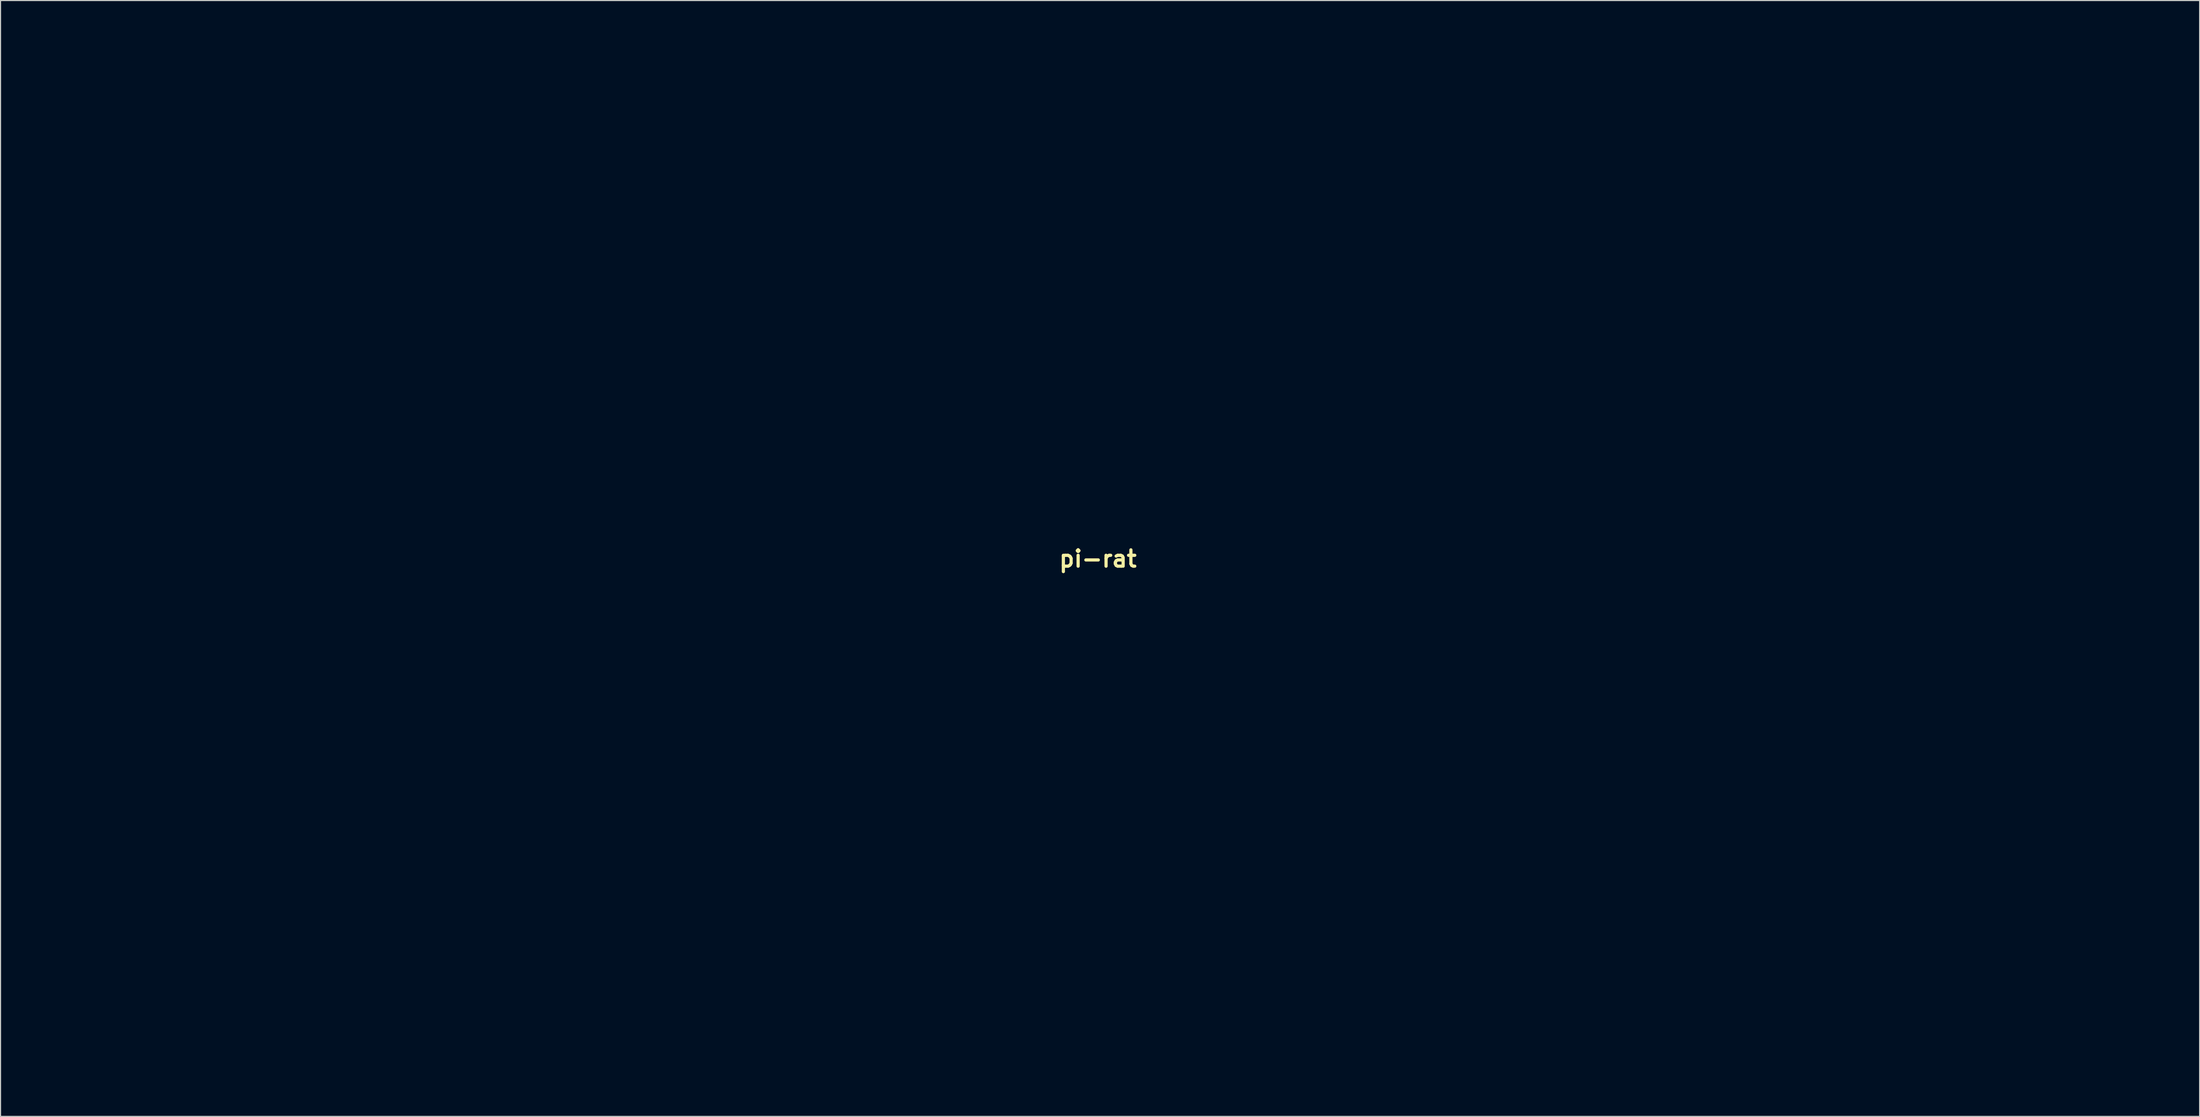
<source format=kicad_pcb>
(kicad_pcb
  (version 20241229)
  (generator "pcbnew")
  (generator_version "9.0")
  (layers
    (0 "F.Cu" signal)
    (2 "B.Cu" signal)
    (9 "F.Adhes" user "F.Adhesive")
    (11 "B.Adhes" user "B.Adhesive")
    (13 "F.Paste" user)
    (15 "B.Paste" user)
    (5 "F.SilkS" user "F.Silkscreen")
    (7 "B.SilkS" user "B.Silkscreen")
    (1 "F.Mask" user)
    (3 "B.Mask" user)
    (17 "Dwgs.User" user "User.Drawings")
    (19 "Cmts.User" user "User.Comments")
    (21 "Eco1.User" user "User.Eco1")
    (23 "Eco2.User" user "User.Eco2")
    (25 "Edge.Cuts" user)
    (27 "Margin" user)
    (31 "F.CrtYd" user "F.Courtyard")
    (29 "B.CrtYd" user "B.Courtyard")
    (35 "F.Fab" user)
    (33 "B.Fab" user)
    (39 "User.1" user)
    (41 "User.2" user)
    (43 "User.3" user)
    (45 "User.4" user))
  (footprint "pi-rat"
    (layer "F.Cu")
    (at 99.599 49.201)
    (property "Reference" "pi-rat" (at 0 0 0) (layer "F.SilkS") (effects (font (size 1.524 1.524) (thickness 0.3))))
    (attr through_hole)
    (fp_poly (pts (xy 14.349 -42.957) (xy 14.312 -42.798) (xy 14.171 -42.779) (xy 13.95 -42.877) (xy 13.992 -42.957) (xy 14.31 -42.989) (xy 14.349 -42.957)) (stroke (width 0.01) (type solid)) (fill no) (layer "Eco2.User"))
    (fp_poly (pts (xy -68.831 -16.411) (xy -67.957 -15.878) (xy -67.339 -15.069) (xy -67.109 -14.081) (xy -67.178 -13.547) (xy -67.426 -12.961) (xy -67.912 -12.217) (xy -68.697 -11.206) (xy -68.838 -11.033) (xy -70.003 -9.7) (xy -70.978 -8.82) (xy -71.823 -8.371) (xy -72.596 -8.334) (xy -73.356 -8.688) (xy -73.988 -9.231) (xy -74.56 -9.866) (xy -74.802 -10.373) (xy -74.802 -10.959) (xy -74.78 -11.105) (xy -74.541 -11.707) (xy -74.027 -12.569) (xy -73.334 -13.565) (xy -72.557 -14.57) (xy -71.791 -15.459) (xy -71.132 -16.104) (xy -70.82 -16.327) (xy -69.829 -16.587) (xy -68.831 -16.411)) (stroke (width 0.01) (type solid)) (fill no) (layer "Eco2.User"))
    (fp_poly (pts (xy -48.835 -16.421) (xy -48.453 -16.129) (xy -47.856 -15.515) (xy -47.137 -14.693) (xy -46.39 -13.776) (xy -45.707 -12.881) (xy -45.183 -12.12) (xy -44.921 -11.639) (xy -44.792 -10.649) (xy -45.092 -9.735) (xy -45.716 -8.989) (xy -46.56 -8.503) (xy -47.518 -8.369) (xy -48.372 -8.616) (xy -48.816 -8.966) (xy -49.48 -9.628) (xy -50.256 -10.491) (xy -50.712 -11.036) (xy -51.518 -12.058) (xy -52.025 -12.803) (xy -52.297 -13.388) (xy -52.398 -13.928) (xy -52.404 -14.141) (xy -52.17 -15.199) (xy -51.544 -16.009) (xy -50.638 -16.499) (xy -49.564 -16.599) (xy -48.835 -16.421)) (stroke (width 0.01) (type solid)) (fill no) (layer "Eco2.User"))
    (fp_poly (pts (xy -58.46 -16.734) (xy -58.101 -16.467) (xy -57.777 -16.166) (xy -57.56 -15.851) (xy -57.423 -15.411) (xy -57.342 -14.734) (xy -57.291 -13.71) (xy -57.261 -12.753) (xy -57.227 -11.431) (xy -57.229 -10.528) (xy -57.287 -9.928) (xy -57.421 -9.515) (xy -57.651 -9.174) (xy -57.93 -8.862) (xy -58.864 -8.11) (xy -59.822 -7.882) (xy -60.85 -8.167) (xy -60.858 -8.171) (xy -61.445 -8.552) (xy -61.854 -9.069) (xy -62.111 -9.817) (xy -62.249 -10.89) (xy -62.296 -12.381) (xy -62.297 -12.733) (xy -62.291 -13.994) (xy -62.255 -14.843) (xy -62.162 -15.402) (xy -61.986 -15.794) (xy -61.7 -16.142) (xy -61.515 -16.33) (xy -60.548 -16.973) (xy -59.498 -17.109) (xy -58.46 -16.734)) (stroke (width 0.01) (type solid)) (fill no) (layer "Eco2.User"))
    (fp_poly (pts (xy 0.348 -15.947) (xy 1.089 -15.353) (xy 1.308 -15.104) (xy 1.472 -14.836) (xy 1.592 -14.47) (xy 1.675 -13.93) (xy 1.731 -13.138) (xy 1.77 -12.019) (xy 1.8 -10.493) (xy 1.82 -9.203) (xy 1.902 -3.743) (xy 7.381 -3.743) (xy 9.458 -3.734) (xy 11.069 -3.695) (xy 12.286 -3.613) (xy 13.179 -3.471) (xy 13.817 -3.256) (xy 14.27 -2.951) (xy 14.608 -2.543) (xy 14.834 -2.148) (xy 15.197 -0.955) (xy 15.131 0.25) (xy 14.674 1.329) (xy 13.865 2.14) (xy 13.645 2.268) (xy 13.261 2.412) (xy 12.696 2.52) (xy 11.878 2.595) (xy 10.736 2.642) (xy 9.197 2.667) (xy 7.366 2.674) (xy 1.872 2.674) (xy 1.872 8.448) (xy 1.866 10.416) (xy 1.846 11.923) (xy 1.806 13.04) (xy 1.743 13.842) (xy 1.65 14.401) (xy 1.523 14.79) (xy 1.434 14.962) (xy 0.618 15.875) (xy -0.45 16.419) (xy -1.627 16.554) (xy -2.768 16.244) (xy -2.975 16.127) (xy -3.461 15.795) (xy -3.836 15.433) (xy -4.113 14.968) (xy -4.307 14.329) (xy -4.432 13.445) (xy -4.504 12.246) (xy -4.537 10.659) (xy -4.545 8.615) (xy -4.545 8.448) (xy -4.545 2.674) (xy -9.906 2.674) (xy -11.963 2.664) (xy -13.557 2.623) (xy -14.757 2.537) (xy -15.636 2.39) (xy -16.262 2.167) (xy -16.708 1.851) (xy -17.043 1.429) (xy -17.241 1.078) (xy -17.603 -0.114) (xy -17.537 -1.32) (xy -17.081 -2.398) (xy -16.271 -3.209) (xy -16.051 -3.338) (xy -15.661 -3.484) (xy -15.088 -3.592) (xy -14.257 -3.667) (xy -13.098 -3.714) (xy -11.536 -3.738) (xy -9.906 -3.743) (xy -4.545 -3.743) (xy -4.545 -8.917) (xy -4.542 -10.712) (xy -4.528 -12.055) (xy -4.494 -13.03) (xy -4.431 -13.72) (xy -4.333 -14.208) (xy -4.189 -14.578) (xy -3.992 -14.913) (xy -3.934 -15) (xy -3.057 -15.872) (xy -1.965 -16.327) (xy -0.787 -16.355) (xy 0.348 -15.947)) (stroke (width 0.01) (type solid)) (fill no) (layer "Eco2.User"))
    (fp_poly (pts (xy -59.623 -23.118) (xy -57.484 -23.11) (xy -55.784 -23.089) (xy -54.427 -23.048) (xy -53.319 -22.98) (xy -52.364 -22.881) (xy -51.467 -22.742) (xy -50.532 -22.559) (xy -50.265 -22.502) (xy -45.681 -21.292) (xy -41.476 -19.725) (xy -37.619 -17.784) (xy -34.078 -15.454) (xy -30.923 -12.812) (xy -30.006 -11.976) (xy -29.216 -11.295) (xy -28.641 -10.844) (xy -28.377 -10.695) (xy -27.54 -10.527) (xy -26.458 -10.077) (xy -25.282 -9.424) (xy -24.159 -8.647) (xy -23.56 -8.141) (xy -22.059 -6.419) (xy -21.023 -4.512) (xy -20.445 -2.488) (xy -20.319 -0.416) (xy -20.639 1.634) (xy -21.399 3.594) (xy -22.593 5.393) (xy -24.214 6.963) (xy -24.912 7.466) (xy -26.694 8.649) (xy -27.535 12.006) (xy -27.932 13.45) (xy -28.382 14.865) (xy -28.828 16.083) (xy -29.197 16.904) (xy -30.543 18.881) (xy -32.311 20.597) (xy -34.417 21.977) (xy -34.724 22.133) (xy -36.735 23.127) (xy -59.475 23.178) (xy -63.502 23.186) (xy -67.029 23.192) (xy -70.093 23.194) (xy -72.728 23.193) (xy -74.97 23.187) (xy -76.854 23.176) (xy -78.417 23.159) (xy -79.694 23.136) (xy -80.719 23.106) (xy -81.528 23.068) (xy -82.158 23.021) (xy -82.643 22.965) (xy -83.018 22.9) (xy -83.32 22.825) (xy -83.575 22.741) (xy -85.61 21.782) (xy -87.487 20.459) (xy -89.089 18.872) (xy -90.298 17.125) (xy -90.475 16.782) (xy -90.81 15.965) (xy -91.216 14.786) (xy -91.641 13.404) (xy -92.027 12.003) (xy -92.748 9.207) (xy -87.426 9.207) (xy -87.335 9.783) (xy -87.102 10.707) (xy -86.776 11.824) (xy -86.404 12.982) (xy -86.035 14.028) (xy -85.717 14.809) (xy -85.584 15.064) (xy -84.964 15.81) (xy -84.047 16.629) (xy -83.019 17.37) (xy -82.069 17.884) (xy -82.038 17.897) (xy -81.64 17.95) (xy -80.757 17.997) (xy -79.438 18.039) (xy -77.733 18.075) (xy -75.692 18.105) (xy -73.364 18.13) (xy -70.799 18.15) (xy -68.047 18.165) (xy -65.156 18.174) (xy -62.176 18.177) (xy -59.158 18.176) (xy -56.151 18.169) (xy -53.203 18.158) (xy -50.366 18.141) (xy -47.688 18.119) (xy -45.219 18.092) (xy -43.009 18.06) (xy -41.106 18.023) (xy -39.562 17.981) (xy -38.425 17.935) (xy -37.745 17.883) (xy -37.596 17.857) (xy -36.553 17.344) (xy -35.355 16.388) (xy -35.005 16.053) (xy -34.226 15.238) (xy -33.714 14.55) (xy -33.354 13.788) (xy -33.032 12.751) (xy -32.946 12.433) (xy -32.568 11.003) (xy -32.314 10.012) (xy -32.177 9.378) (xy -32.147 9.021) (xy -32.215 8.863) (xy -32.37 8.822) (xy -32.523 8.821) (xy -33.217 8.669) (xy -34.17 8.276) (xy -35.216 7.726) (xy -36.191 7.102) (xy -36.714 6.692) (xy -37.699 5.827) (xy -38.689 6.696) (xy -39.514 7.312) (xy -40.546 7.943) (xy -41.163 8.261) (xy -41.963 8.602) (xy -42.703 8.809) (xy -43.56 8.911) (xy -44.714 8.939) (xy -45.185 8.938) (xy -46.903 8.855) (xy -48.289 8.594) (xy -49.534 8.091) (xy -50.828 7.28) (xy -51.433 6.833) (xy -52.734 5.838) (xy -53.572 6.648) (xy -54.278 7.203) (xy -55.24 7.805) (xy -56.014 8.207) (xy -56.903 8.587) (xy -57.7 8.813) (xy -58.604 8.924) (xy -59.813 8.956) (xy -60.024 8.957) (xy -61.294 8.933) (xy -62.229 8.835) (xy -63.029 8.628) (xy -63.893 8.273) (xy -64.035 8.207) (xy -65.032 7.675) (xy -65.958 7.07) (xy -66.477 6.648) (xy -67.314 5.838) (xy -68.616 6.833) (xy -69.987 7.791) (xy -71.23 8.416) (xy -72.533 8.771) (xy -74.089 8.921) (xy -74.863 8.938) (xy -76.152 8.927) (xy -77.087 8.852) (xy -77.845 8.683) (xy -78.606 8.389) (xy -78.886 8.261) (xy -79.901 7.714) (xy -80.886 7.069) (xy -81.355 6.7) (xy -82.342 5.834) (xy -83.45 6.783) (xy -84.377 7.454) (xy -85.475 8.086) (xy -85.994 8.327) (xy -86.766 8.692) (xy -87.286 9.025) (xy -87.426 9.207) (xy -92.748 9.207) (xy -92.896 8.632) (xy -94.221 8.024) (xy -95.715 7.098) (xy -97.126 5.784) (xy -98.315 4.221) (xy -98.81 3.336) (xy -99.189 2.503) (xy -99.422 1.775) (xy -99.544 0.97) (xy -99.589 -0.093) (xy -99.594 -0.802) (xy -99.587 -1.268) (xy -94.61 -1.268) (xy -94.5 0.146) (xy -93.986 1.48) (xy -93.092 2.628) (xy -91.93 3.437) (xy -90.48 3.93) (xy -89.075 3.918) (xy -88.022 3.595) (xy -86.711 2.862) (xy -85.786 1.878) (xy -85.187 0.56) (xy -84.894 -0.858) (xy -84.654 -1.849) (xy -84.174 -2.561) (xy -83.919 -2.796) (xy -82.923 -3.364) (xy -81.948 -3.436) (xy -81.06 -3.051) (xy -80.327 -2.246) (xy -79.814 -1.058) (xy -79.672 -0.402) (xy -79.323 1.011) (xy -78.737 2.073) (xy -77.816 2.946) (xy -77.549 3.135) (xy -76.145 3.797) (xy -74.682 3.975) (xy -73.263 3.696) (xy -71.987 2.985) (xy -70.958 1.87) (xy -70.652 1.345) (xy -70.291 0.477) (xy -70.076 -0.334) (xy -70.051 -0.605) (xy -69.826 -1.757) (xy -69.217 -2.665) (xy -68.326 -3.242) (xy -67.253 -3.403) (xy -66.863 -3.347) (xy -66.042 -2.957) (xy -65.367 -2.278) (xy -64.997 -1.487) (xy -64.969 -1.234) (xy -64.742 0.161) (xy -64.13 1.5) (xy -63.228 2.649) (xy -62.129 3.477) (xy -61.41 3.766) (xy -59.883 3.932) (xy -58.372 3.66) (xy -57.279 3.129) (xy -56.528 2.402) (xy -55.837 1.361) (xy -55.317 0.215) (xy -55.082 -0.828) (xy -55.078 -0.952) (xy -54.843 -1.994) (xy -54.218 -2.797) (xy -53.323 -3.284) (xy -52.277 -3.38) (xy -51.572 -3.196) (xy -50.743 -2.585) (xy -50.184 -1.636) (xy -49.998 -0.605) (xy -49.877 0.091) (xy -49.57 0.968) (xy -49.396 1.345) (xy -48.487 2.607) (xy -47.293 3.475) (xy -45.917 3.922) (xy -44.458 3.92) (xy -43.02 3.446) (xy -42.499 3.135) (xy -41.488 2.282) (xy -40.834 1.278) (xy -40.44 -0.041) (xy -40.377 -0.402) (xy -39.986 -1.752) (xy -39.344 -2.735) (xy -38.518 -3.316) (xy -37.575 -3.456) (xy -36.58 -3.117) (xy -36.13 -2.796) (xy -35.534 -2.126) (xy -35.221 -1.264) (xy -35.154 -0.858) (xy -34.892 0.522) (xy -34.484 1.538) (xy -33.854 2.356) (xy -33.545 2.647) (xy -32.212 3.507) (xy -30.776 3.906) (xy -29.334 3.861) (xy -27.985 3.391) (xy -26.826 2.512) (xy -25.967 1.27) (xy -25.464 -0.294) (xy -25.478 -1.799) (xy -26.002 -3.195) (xy -26.687 -4.101) (xy -27.679 -4.956) (xy -28.8 -5.484) (xy -30.03 -5.755) (xy -30.597 -5.868) (xy -31.102 -6.064) (xy -31.64 -6.41) (xy -32.307 -6.973) (xy -33.2 -7.821) (xy -33.776 -8.388) (xy -34.925 -9.473) (xy -36.164 -10.557) (xy -37.334 -11.505) (xy -38.17 -12.113) (xy -41.726 -14.171) (xy -45.607 -15.833) (xy -49.753 -17.08) (xy -54.106 -17.89) (xy -54.379 -17.925) (xy -56.157 -18.077) (xy -58.271 -18.143) (xy -60.575 -18.131) (xy -62.921 -18.044) (xy -65.161 -17.889) (xy -67.148 -17.67) (xy -68.58 -17.426) (xy -72.963 -16.247) (xy -77.013 -14.662) (xy -80.722 -12.676) (xy -84.08 -10.292) (xy -86.415 -8.195) (xy -87.41 -7.224) (xy -88.141 -6.569) (xy -88.715 -6.159) (xy -89.236 -5.923) (xy -89.808 -5.788) (xy -89.983 -5.76) (xy -91.37 -5.444) (xy -92.441 -4.905) (xy -93.402 -4.034) (xy -93.526 -3.896) (xy -94.294 -2.651) (xy -94.61 -1.268) (xy -99.587 -1.268) (xy -99.574 -2.086) (xy -99.492 -3.024) (xy -99.312 -3.806) (xy -99 -4.621) (xy -98.819 -5.022) (xy -97.846 -6.63) (xy -96.525 -8.111) (xy -94.998 -9.33) (xy -93.444 -10.137) (xy -92.599 -10.437) (xy -91.945 -10.64) (xy -91.678 -10.695) (xy -91.373 -10.864) (xy -90.777 -11.32) (xy -89.989 -11.984) (xy -89.456 -12.457) (xy -85.838 -15.392) (xy -81.965 -17.867) (xy -77.819 -19.891) (xy -73.383 -21.474) (xy -69.202 -22.514) (xy -68.168 -22.712) (xy -67.214 -22.863) (xy -66.244 -22.972) (xy -65.157 -23.046) (xy -63.857 -23.091) (xy -62.244 -23.114) (xy -60.219 -23.119) (xy -59.623 -23.118)) (stroke (width 0.01) (type solid)) (fill no) (layer "Eco2.User"))
    (fp_poly (pts (xy 19.601 -49.002) (xy 19.635 -48.955) (xy 19.947 -48.855) (xy 20.68 -48.77) (xy 21.72 -48.708) (xy 22.793 -48.681) (xy 27.36 -48.518) (xy 31.715 -48.111) (xy 36.136 -47.434) (xy 36.963 -47.281) (xy 38.341 -47.035) (xy 39.366 -46.904) (xy 40.206 -46.879) (xy 41.028 -46.951) (xy 41.622 -47.045) (xy 42.602 -47.199) (xy 43.229 -47.226) (xy 43.67 -47.114) (xy 44.094 -46.848) (xy 44.109 -46.837) (xy 44.604 -46.54) (xy 45.138 -46.437) (xy 45.915 -46.502) (xy 46.268 -46.557) (xy 47.424 -46.681) (xy 48.616 -46.65) (xy 50.043 -46.455) (xy 50.606 -46.351) (xy 51.313 -46.081) (xy 52.061 -45.606) (xy 52.143 -45.54) (xy 52.782 -44.69) (xy 52.937 -43.649) (xy 52.606 -42.455) (xy 52.278 -41.843) (xy 51.832 -41.098) (xy 51.663 -40.67) (xy 51.766 -40.421) (xy 52.139 -40.214) (xy 52.232 -40.171) (xy 52.794 -39.655) (xy 53.021 -39.093) (xy 53.29 -38.443) (xy 53.858 -37.507) (xy 54.65 -36.385) (xy 55.592 -35.174) (xy 56.611 -33.973) (xy 57.631 -32.881) (xy 57.931 -32.585) (xy 58.858 -31.746) (xy 59.67 -31.188) (xy 60.589 -30.779) (xy 61.495 -30.488) (xy 63.933 -29.606) (xy 66.01 -28.478) (xy 67.875 -27.017) (xy 68.492 -26.424) (xy 69.353 -25.581) (xy 70.047 -25.007) (xy 70.734 -24.614) (xy 71.579 -24.315) (xy 72.743 -24.022) (xy 73.121 -23.935) (xy 73.629 -23.786) (xy 73.667 -23.635) (xy 73.467 -23.5) (xy 73.156 -23.128) (xy 73.157 -22.873) (xy 73.406 -22.589) (xy 74.005 -22.04) (xy 74.88 -21.288) (xy 75.961 -20.395) (xy 76.874 -19.662) (xy 79.253 -17.675) (xy 81.254 -15.774) (xy 82.99 -13.838) (xy 84.576 -11.747) (xy 84.997 -11.134) (xy 87.026 -7.695) (xy 88.684 -3.977) (xy 89.912 -0.126) (xy 90.408 2.139) (xy 90.585 3.53) (xy 90.702 5.332) (xy 90.759 7.423) (xy 90.758 9.682) (xy 90.699 11.988) (xy 90.584 14.219) (xy 90.415 16.256) (xy 90.27 17.457) (xy 90.055 19.158) (xy 89.963 20.348) (xy 89.992 21.037) (xy 90.056 21.2) (xy 90.272 21.659) (xy 90.475 22.393) (xy 90.514 22.593) (xy 90.858 23.698) (xy 91.483 24.423) (xy 92.502 24.894) (xy 92.553 24.91) (xy 93.199 25.158) (xy 93.555 25.401) (xy 93.579 25.46) (xy 93.37 25.586) (xy 93.044 25.534) (xy 92.611 25.463) (xy 92.592 25.665) (xy 92.995 26.15) (xy 93.828 26.93) (xy 94.065 27.138) (xy 96.16 29.163) (xy 97.815 31.19) (xy 99.016 33.191) (xy 99.749 35.135) (xy 100 36.993) (xy 99.756 38.736) (xy 99.615 39.154) (xy 99.02 40.204) (xy 98.075 41.313) (xy 96.927 42.34) (xy 95.72 43.142) (xy 95.317 43.341) (xy 93.104 44.118) (xy 90.509 44.685) (xy 87.647 45.031) (xy 84.632 45.141) (xy 81.58 45.004) (xy 80.879 44.935) (xy 79.826 44.815) (xy 78.807 44.681) (xy 77.746 44.521) (xy 76.567 44.32) (xy 75.193 44.064) (xy 73.55 43.74) (xy 71.559 43.334) (xy 69.145 42.832) (xy 68.313 42.657) (xy 63.018 41.746) (xy 57.982 41.29) (xy 53.185 41.291) (xy 48.606 41.749) (xy 44.223 42.665) (xy 42.378 43.205) (xy 40.064 44.057) (xy 37.58 45.169) (xy 35.145 46.434) (xy 32.977 47.746) (xy 32.686 47.942) (xy 31.731 48.562) (xy 30.997 48.974) (xy 30.563 49.138) (xy 30.48 49.094) (xy 30.679 48.544) (xy 31.219 47.77) (xy 32.014 46.868) (xy 32.977 45.936) (xy 34.022 45.07) (xy 34.14 44.982) (xy 37.118 43.079) (xy 40.516 41.459) (xy 44.289 40.134) (xy 48.395 39.12) (xy 52.788 38.431) (xy 54.852 38.23) (xy 56.208 38.138) (xy 57.523 38.089) (xy 58.86 38.087) (xy 60.285 38.138) (xy 61.862 38.247) (xy 63.657 38.419) (xy 65.735 38.659) (xy 68.159 38.973) (xy 70.996 39.366) (xy 73.526 39.729) (xy 75.95 40.077) (xy 77.932 40.351) (xy 79.555 40.559) (xy 80.905 40.708) (xy 82.069 40.807) (xy 83.13 40.862) (xy 84.175 40.882) (xy 85.288 40.875) (xy 85.959 40.862) (xy 87.52 40.823) (xy 88.654 40.773) (xy 89.467 40.697) (xy 90.065 40.577) (xy 90.556 40.397) (xy 91.047 40.139) (xy 91.222 40.037) (xy 92.625 38.955) (xy 93.557 37.626) (xy 93.883 36.756) (xy 93.945 35.56) (xy 93.496 34.339) (xy 92.558 33.12) (xy 91.154 31.928) (xy 89.305 30.787) (xy 88.318 30.29) (xy 84.645 28.843) (xy 80.744 27.875) (xy 76.608 27.385) (xy 75.799 27.346) (xy 72.056 27.205) (xy 71.73 28.081) (xy 71.404 28.956) (xy 69.179 28.785) (xy 66.954 28.614) (xy 66.483 29.411) (xy 66.003 30.049) (xy 65.496 30.485) (xy 65.484 30.491) (xy 65.055 30.597) (xy 64.188 30.716) (xy 62.98 30.838) (xy 61.526 30.954) (xy 60.084 31.046) (xy 58.182 31.163) (xy 56.707 31.284) (xy 55.553 31.424) (xy 54.612 31.598) (xy 53.777 31.819) (xy 53.32 31.968) (xy 51.124 32.51) (xy 49.703 32.619) (xy 48.683 32.653) (xy 48.042 32.78) (xy 47.628 33.038) (xy 47.52 33.154) (xy 46.837 33.62) (xy 46.094 33.591) (xy 45.596 33.258) (xy 45.152 32.99) (xy 44.484 32.948) (xy 43.972 33.007) (xy 43.15 33.072) (xy 42.792 32.955) (xy 42.779 32.903) (xy 42.544 32.715) (xy 41.966 32.621) (xy 41.843 32.619) (xy 41.225 32.553) (xy 40.915 32.39) (xy 40.907 32.356) (xy 41.079 31.829) (xy 41.524 31.069) (xy 42.136 30.223) (xy 42.808 29.434) (xy 43.434 28.848) (xy 43.53 28.778) (xy 44.049 28.45) (xy 44.556 28.242) (xy 45.193 28.126) (xy 46.101 28.075) (xy 47.205 28.061) (xy 49.469 28.022) (xy 51.636 27.932) (xy 53.641 27.8) (xy 55.424 27.631) (xy 56.922 27.432) (xy 58.074 27.211) (xy 58.816 26.975) (xy 59.088 26.73) (xy 59.088 26.722) (xy 58.851 26.449) (xy 58.235 26.129) (xy 57.39 25.819) (xy 56.461 25.578) (xy 55.914 25.488) (xy 55.022 25.454) (xy 54.061 25.589) (xy 52.85 25.923) (xy 52.45 26.053) (xy 51.284 26.408) (xy 50.231 26.633) (xy 49.121 26.747) (xy 47.789 26.768) (xy 46.363 26.728) (xy 45.454 26.754) (xy 44.691 26.88) (xy 44.442 26.973) (xy 43.794 27.158) (xy 42.851 27.247) (xy 41.805 27.244) (xy 40.846 27.152) (xy 40.165 26.973) (xy 40.041 26.901) (xy 39.776 26.646) (xy 39.713 26.324) (xy 39.848 25.764) (xy 39.996 25.317) (xy 40.328 24.568) (xy 40.698 24.062) (xy 40.862 23.957) (xy 41.597 23.786) (xy 42.725 23.571) (xy 44.109 23.335) (xy 45.609 23.1) (xy 47.089 22.889) (xy 48.394 22.726) (xy 50.451 22.462) (xy 51.979 22.192) (xy 52.975 21.916) (xy 53.438 21.634) (xy 53.474 21.529) (xy 53.368 21.117) (xy 53.094 20.395) (xy 52.783 19.679) (xy 52.396 18.678) (xy 51.998 17.397) (xy 51.663 16.081) (xy 51.611 15.837) (xy 51.054 13.8) (xy 50.236 11.974) (xy 50.014 11.579) (xy 49.21 10.04) (xy 48.789 8.853) (xy 48.748 8.003) (xy 49.036 7.508) (xy 49.405 7.097) (xy 49.413 6.866) (xy 49.083 6.926) (xy 48.935 7.009) (xy 48.39 7.186) (xy 48.173 7.079) (xy 48.034 6.732) (xy 47.817 5.966) (xy 47.551 4.889) (xy 47.263 3.607) (xy 47.206 3.342) (xy 46.454 0.254) (xy 45.592 -2.366) (xy 44.6 -4.579) (xy 44.09 -5.484) (xy 43.545 -6.311) (xy 43.083 -6.781) (xy 42.557 -7.018) (xy 42.213 -7.091) (xy 41.481 -7.292) (xy 40.477 -7.666) (xy 39.4 -8.139) (xy 39.252 -8.21) (xy 37.865 -8.807) (xy 36.618 -9.145) (xy 35.404 -9.291) (xy 33.511 -9.422) (xy 33.265 -8.282) (xy 32.881 -7.267) (xy 32.135 -6.428) (xy 32.019 -6.332) (xy 31.292 -5.812) (xy 30.905 -5.702) (xy 30.857 -6.004) (xy 31.044 -6.508) (xy 31.18 -7.256) (xy 30.854 -7.778) (xy 30.11 -8.014) (xy 29.913 -8.021) (xy 28.996 -7.795) (xy 28.376 -7.147) (xy 28.089 -6.12) (xy 28.074 -5.757) (xy 28.122 -5.045) (xy 28.323 -4.456) (xy 28.763 -3.81) (xy 29.294 -3.19) (xy 29.88 -2.486) (xy 30.263 -1.941) (xy 30.364 -1.668) (xy 30.361 -1.664) (xy 30.088 -1.735) (xy 29.495 -2.057) (xy 28.694 -2.569) (xy 28.422 -2.755) (xy 27.585 -3.316) (xy 26.928 -3.715) (xy 26.56 -3.888) (xy 26.522 -3.885) (xy 26.579 -3.611) (xy 26.855 -3.058) (xy 27.004 -2.807) (xy 27.331 -2.175) (xy 27.441 -1.736) (xy 27.413 -1.657) (xy 27.151 -1.706) (xy 26.667 -2.178) (xy 25.942 -3.089) (xy 25.621 -3.526) (xy 25.174 -4.144) (xy 24.985 -3.008) (xy 24.789 -2.198) (xy 24.56 -1.891) (xy 24.312 -2.1) (xy 24.225 -2.294) (xy 24.078 -3.365) (xy 24.335 -4.639) (xy 24.564 -5.214) (xy 25.282 -6.457) (xy 26.279 -7.76) (xy 27.408 -8.957) (xy 28.527 -9.887) (xy 28.909 -10.129) (xy 30.24 -10.89) (xy 27.963 -11.461) (xy 26.222 -11.842) (xy 24.858 -11.997) (xy 23.76 -11.926) (xy 22.821 -11.625) (xy 22.325 -11.356) (xy 21.559 -10.956) (xy 20.888 -10.721) (xy 20.696 -10.696) (xy 19.977 -10.445) (xy 19.416 -9.756) (xy 19.08 -8.718) (xy 19.058 -8.57) (xy 18.914 -7.851) (xy 18.735 -7.39) (xy 18.679 -7.33) (xy 18.428 -7.426) (xy 18.183 -7.91) (xy 17.995 -8.635) (xy 17.914 -9.458) (xy 17.914 -9.509) (xy 17.8 -10.206) (xy 17.501 -10.462) (xy 17.076 -10.307) (xy 16.587 -9.776) (xy 16.094 -8.9) (xy 15.898 -8.432) (xy 15.536 -7.665) (xy 15.252 -7.412) (xy 15.068 -7.652) (xy 15.007 -8.368) (xy 15.049 -9.147) (xy 15.113 -10.023) (xy 15.085 -10.473) (xy 14.944 -10.602) (xy 14.749 -10.55) (xy 13.953 -10.258) (xy 13.611 -10.243) (xy 13.707 -10.525) (xy 14.227 -11.125) (xy 14.275 -11.176) (xy 15.228 -12.035) (xy 16.377 -12.791) (xy 17.799 -13.478) (xy 19.573 -14.135) (xy 21.779 -14.797) (xy 22.471 -14.984) (xy 25.517 -15.819) (xy 28.096 -16.578) (xy 30.265 -17.28) (xy 32.083 -17.943) (xy 33.608 -18.587) (xy 33.622 -18.593) (xy 34.668 -19.097) (xy 35.278 -19.467) (xy 35.514 -19.764) (xy 35.439 -20.047) (xy 35.307 -20.2) (xy 35.125 -20.53) (xy 34.8 -21.266) (xy 34.371 -22.308) (xy 33.879 -23.561) (xy 33.691 -24.056) (xy 33.164 -25.415) (xy 32.661 -26.65) (xy 32.231 -27.647) (xy 31.923 -28.29) (xy 31.861 -28.397) (xy 31.333 -29.065) (xy 30.472 -29.971) (xy 29.376 -31.027) (xy 28.138 -32.152) (xy 26.854 -33.258) (xy 25.62 -34.262) (xy 24.531 -35.079) (xy 23.8 -35.557) (xy 22.777 -36.129) (xy 22.046 -36.453) (xy 21.453 -36.578) (xy 20.847 -36.555) (xy 20.77 -36.545) (xy 19.701 -36.528) (xy 18.944 -36.864) (xy 18.357 -37.621) (xy 18.286 -37.754) (xy 18.018 -38.335) (xy 18.026 -38.66) (xy 18.318 -38.937) (xy 18.339 -38.953) (xy 18.657 -39.236) (xy 18.571 -39.47) (xy 18.236 -39.722) (xy 17.736 -40.377) (xy 17.646 -40.891) (xy 17.416 -41.577) (xy 16.824 -42.28) (xy 16.019 -42.857) (xy 15.365 -43.118) (xy 15.032 -43.221) (xy 15.204 -43.268) (xy 15.441 -43.283) (xy 15.949 -43.434) (xy 15.973 -43.75) (xy 15.574 -44.094) (xy 15.249 -44.308) (xy 15.392 -44.37) (xy 15.574 -44.375) (xy 15.956 -44.569) (xy 15.993 -45.058) (xy 15.689 -45.733) (xy 15.507 -45.987) (xy 15.068 -46.816) (xy 15.028 -47.581) (xy 15.343 -48.101) (xy 15.789 -48.283) (xy 16.589 -48.457) (xy 17.474 -48.572) (xy 18.339 -48.686) (xy 18.92 -48.827) (xy 19.094 -48.965) (xy 19.093 -48.966) (xy 19.144 -49.185) (xy 19.219 -49.196) (xy 19.601 -49.002)) (stroke (width 0.01) (type solid)) (fill no) (layer "Eco2.User")))
  (gr_rect
    (start -3 -3)
    (end 202.604 101.343)
    (stroke (width 0.1) (type default))
    (fill no)
    (layer "Edge.Cuts")))
</source>
